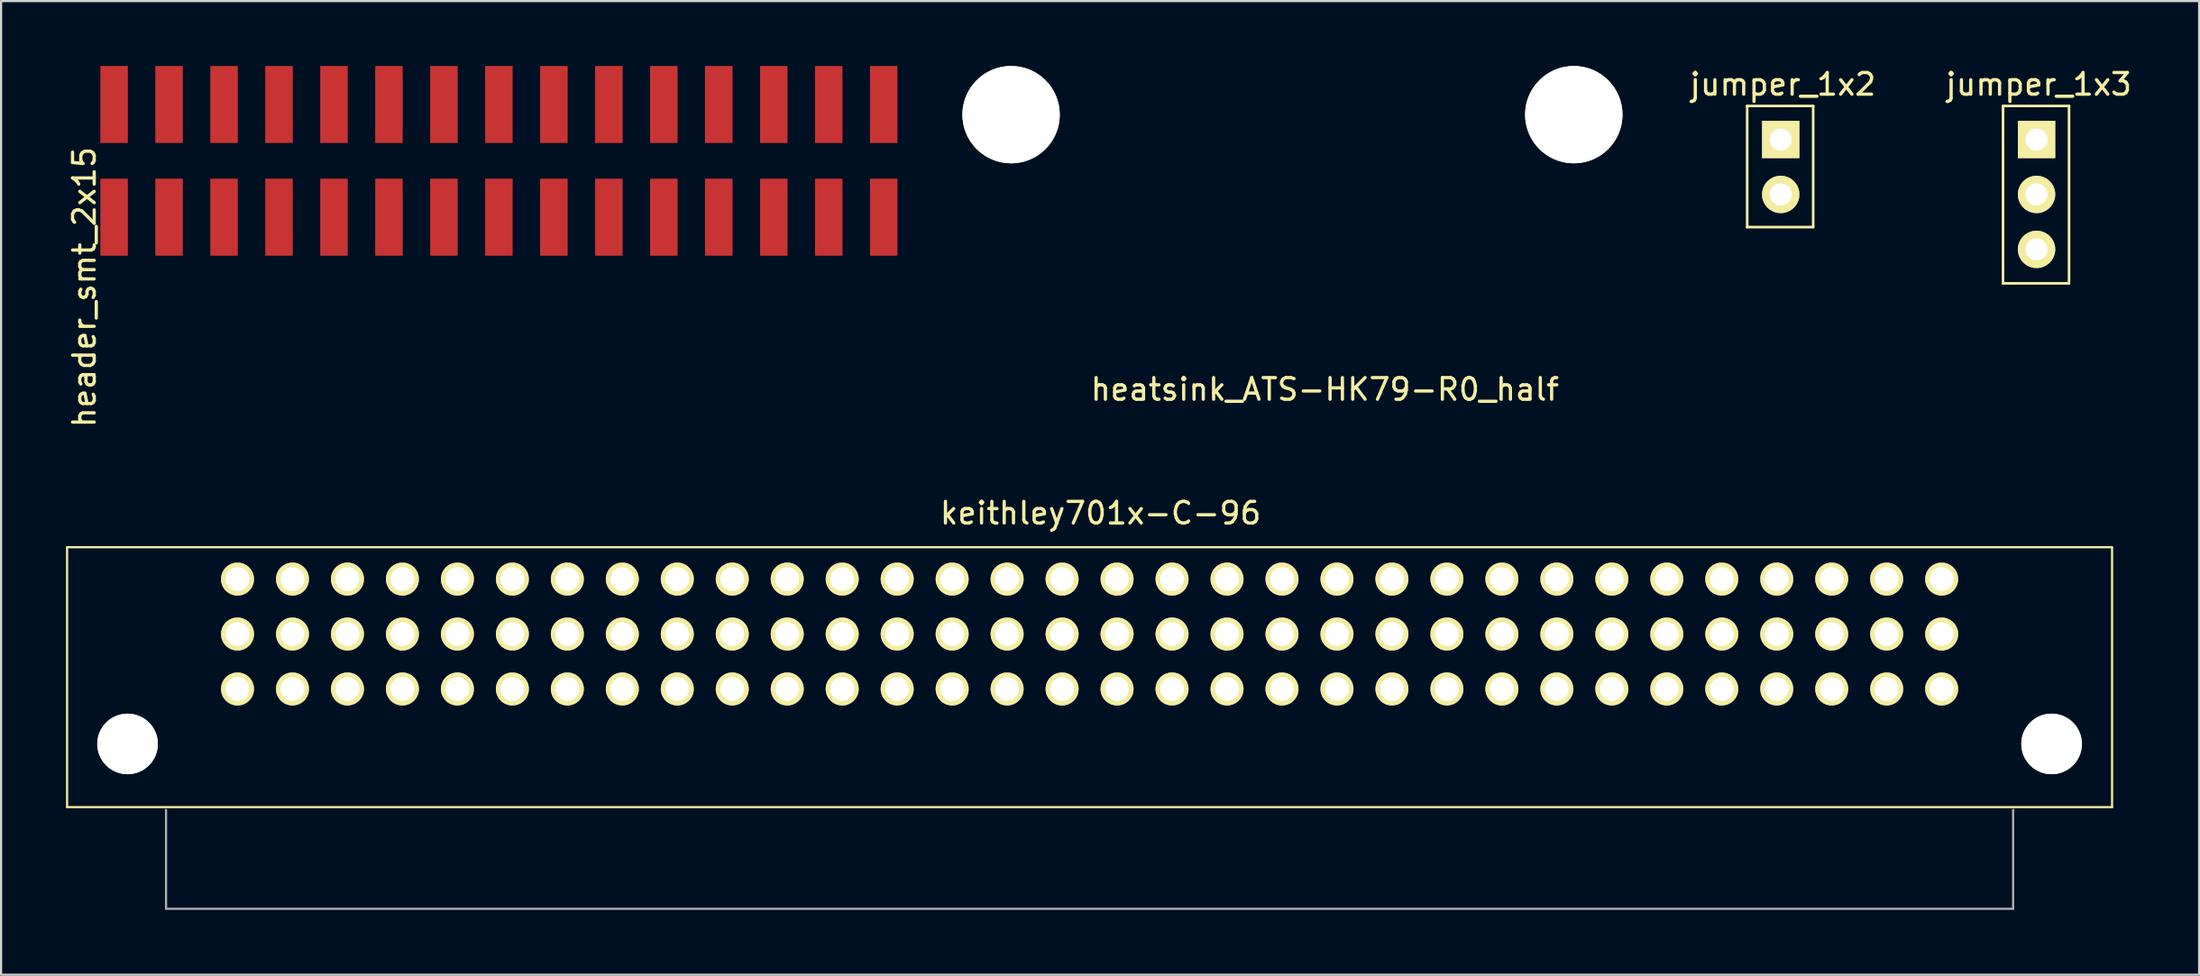
<source format=kicad_pcb>
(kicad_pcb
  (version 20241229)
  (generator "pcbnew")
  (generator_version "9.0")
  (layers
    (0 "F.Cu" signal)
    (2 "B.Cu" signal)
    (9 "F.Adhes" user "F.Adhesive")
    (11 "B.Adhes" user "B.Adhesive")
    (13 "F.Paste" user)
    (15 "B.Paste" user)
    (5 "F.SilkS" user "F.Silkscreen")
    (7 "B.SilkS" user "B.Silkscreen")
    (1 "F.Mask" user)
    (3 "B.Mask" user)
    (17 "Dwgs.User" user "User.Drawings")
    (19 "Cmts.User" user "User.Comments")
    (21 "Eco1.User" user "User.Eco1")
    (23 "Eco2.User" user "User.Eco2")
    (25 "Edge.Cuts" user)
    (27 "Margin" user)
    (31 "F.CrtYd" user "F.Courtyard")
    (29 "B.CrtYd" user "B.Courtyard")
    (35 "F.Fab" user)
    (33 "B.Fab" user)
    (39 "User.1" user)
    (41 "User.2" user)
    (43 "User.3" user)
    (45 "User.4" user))
  (footprint "jumper_1x2"
    (layer "F.Cu")
    (at 79.228 3.398)
    (property "Reference" "jumper_1x2" (at 0.1 -2.55 0) (layer "F.SilkS") (effects (font (size 1 1) (thickness 0.15))))
    (attr through_hole)
    (fp_line (start -1.55 -1.55) (end 1.5 -1.55) (stroke (width 0.12) (type solid)) (layer "F.SilkS"))
    (fp_line (start -1.55 4.05) (end -1.55 -1.55) (stroke (width 0.12) (type solid)) (layer "F.SilkS"))
    (fp_line (start -1.55 4.05) (end 1.5 4.05) (stroke (width 0.12) (type solid)) (layer "F.SilkS"))
    (fp_line (start 1.5 -1.55) (end 1.5 4.05) (stroke (width 0.12) (type solid)) (layer "F.SilkS"))
    (pad "1" thru_hole rect (at 0 0) (size 1.727 1.727) (drill 1.016) (layers "*.Cu" "*.Mask" "F.SilkS"))
    (pad "2" thru_hole oval (at 0 2.54) (size 1.727 1.727) (drill 1.016) (layers "*.Cu" "*.Mask" "F.SilkS")))
  (footprint "keithley701x-C-96"
    (layer "F.Cu")
    (at 47.294 26.26)
    (property "Reference" "keithley701x-C-96" (at 0.508 -5.588 0) (layer "F.SilkS") (effects (font (size 1 1) (thickness 0.15))))
    (attr through_hole)
    (fp_line (start -47.244 8) (end -47.244 -4) (stroke (width 0.1) (type solid)) (layer "F.SilkS"))
    (fp_line (start -47.244 8) (end 47.244 8) (stroke (width 0.1) (type solid)) (layer "F.SilkS"))
    (fp_line (start 47.244 -4.013) (end -47.244 -4.013) (stroke (width 0.1) (type solid)) (layer "F.SilkS"))
    (fp_line (start 47.244 8) (end 47.244 -4) (stroke (width 0.1) (type solid)) (layer "F.SilkS"))
    (fp_line (start -42.672 12.7) (end -42.672 8.128) (stroke (width 0.1) (type solid)) (layer "F.Fab"))
    (fp_line (start 42.672 8.128) (end 42.672 12.7) (stroke (width 0.1) (type solid)) (layer "F.Fab"))
    (fp_line (start 42.672 12.7) (end -42.672 12.7) (stroke (width 0.1) (type solid)) (layer "F.Fab"))
    (pad "" np_thru_hole circle (at -44.45 5.08) (size 2.8 2.8) (drill 2.8) (layers "*.Cu" "*.Mask" "F.SilkS"))
    (pad "" np_thru_hole circle (at 44.45 5.08) (size 2.8 2.8) (drill 2.8) (layers "*.Cu" "*.Mask" "F.SilkS"))
    (pad "A1" thru_hole circle (at -39.37 2.54) (size 1.524 1.524) (drill 1.1) (layers "*.Cu" "*.Mask" "F.SilkS"))
    (pad "A2" thru_hole circle (at -36.83 2.54) (size 1.524 1.524) (drill 1.1) (layers "*.Cu" "*.Mask" "F.SilkS"))
    (pad "A3" thru_hole circle (at -34.29 2.54) (size 1.524 1.524) (drill 1.1) (layers "*.Cu" "*.Mask" "F.SilkS"))
    (pad "A4" thru_hole circle (at -31.75 2.54) (size 1.524 1.524) (drill 1.1) (layers "*.Cu" "*.Mask" "F.SilkS"))
    (pad "A5" thru_hole circle (at -29.21 2.54) (size 1.524 1.524) (drill 1.1) (layers "*.Cu" "*.Mask" "F.SilkS"))
    (pad "A6" thru_hole circle (at -26.67 2.54) (size 1.524 1.524) (drill 1.1) (layers "*.Cu" "*.Mask" "F.SilkS"))
    (pad "A7" thru_hole circle (at -24.13 2.54) (size 1.524 1.524) (drill 1.1) (layers "*.Cu" "*.Mask" "F.SilkS"))
    (pad "A8" thru_hole circle (at -21.59 2.54) (size 1.524 1.524) (drill 1.1) (layers "*.Cu" "*.Mask" "F.SilkS"))
    (pad "A9" thru_hole circle (at -19.05 2.54) (size 1.524 1.524) (drill 1.1) (layers "*.Cu" "*.Mask" "F.SilkS"))
    (pad "A10" thru_hole circle (at -16.51 2.54) (size 1.524 1.524) (drill 1.1) (layers "*.Cu" "*.Mask" "F.SilkS"))
    (pad "A11" thru_hole circle (at -13.97 2.54) (size 1.524 1.524) (drill 1.1) (layers "*.Cu" "*.Mask" "F.SilkS"))
    (pad "A12" thru_hole circle (at -11.43 2.54) (size 1.524 1.524) (drill 1.1) (layers "*.Cu" "*.Mask" "F.SilkS"))
    (pad "A13" thru_hole circle (at -8.89 2.54) (size 1.524 1.524) (drill 1.1) (layers "*.Cu" "*.Mask" "F.SilkS"))
    (pad "A14" thru_hole circle (at -6.35 2.54) (size 1.524 1.524) (drill 1.1) (layers "*.Cu" "*.Mask" "F.SilkS"))
    (pad "A15" thru_hole circle (at -3.81 2.54) (size 1.524 1.524) (drill 1.1) (layers "*.Cu" "*.Mask" "F.SilkS"))
    (pad "A16" thru_hole circle (at -1.27 2.54) (size 1.524 1.524) (drill 1.1) (layers "*.Cu" "*.Mask" "F.SilkS"))
    (pad "A17" thru_hole circle (at 1.27 2.54) (size 1.524 1.524) (drill 1.1) (layers "*.Cu" "*.Mask" "F.SilkS"))
    (pad "A18" thru_hole circle (at 3.81 2.54) (size 1.524 1.524) (drill 1.1) (layers "*.Cu" "*.Mask" "F.SilkS"))
    (pad "A19" thru_hole circle (at 6.35 2.54) (size 1.524 1.524) (drill 1.1) (layers "*.Cu" "*.Mask" "F.SilkS"))
    (pad "A20" thru_hole circle (at 8.89 2.54) (size 1.524 1.524) (drill 1.1) (layers "*.Cu" "*.Mask" "F.SilkS"))
    (pad "A21" thru_hole circle (at 11.43 2.54) (size 1.524 1.524) (drill 1.1) (layers "*.Cu" "*.Mask" "F.SilkS"))
    (pad "A22" thru_hole circle (at 13.97 2.54) (size 1.524 1.524) (drill 1.1) (layers "*.Cu" "*.Mask" "F.SilkS"))
    (pad "A23" thru_hole circle (at 16.51 2.54) (size 1.524 1.524) (drill 1.1) (layers "*.Cu" "*.Mask" "F.SilkS"))
    (pad "A24" thru_hole circle (at 19.05 2.54) (size 1.524 1.524) (drill 1.1) (layers "*.Cu" "*.Mask" "F.SilkS"))
    (pad "A25" thru_hole circle (at 21.59 2.54) (size 1.524 1.524) (drill 1.1) (layers "*.Cu" "*.Mask" "F.SilkS"))
    (pad "A26" thru_hole circle (at 24.13 2.54) (size 1.524 1.524) (drill 1.1) (layers "*.Cu" "*.Mask" "F.SilkS"))
    (pad "A27" thru_hole circle (at 26.67 2.54) (size 1.524 1.524) (drill 1.1) (layers "*.Cu" "*.Mask" "F.SilkS"))
    (pad "A28" thru_hole circle (at 29.21 2.54) (size 1.524 1.524) (drill 1.1) (layers "*.Cu" "*.Mask" "F.SilkS"))
    (pad "A29" thru_hole circle (at 31.75 2.54) (size 1.524 1.524) (drill 1.1) (layers "*.Cu" "*.Mask" "F.SilkS"))
    (pad "A30" thru_hole circle (at 34.29 2.54) (size 1.524 1.524) (drill 1.1) (layers "*.Cu" "*.Mask" "F.SilkS"))
    (pad "A31" thru_hole circle (at 36.83 2.54) (size 1.524 1.524) (drill 1.1) (layers "*.Cu" "*.Mask" "F.SilkS"))
    (pad "A32" thru_hole circle (at 39.37 2.54) (size 1.524 1.524) (drill 1.1) (layers "*.Cu" "*.Mask" "F.SilkS"))
    (pad "B1" thru_hole circle (at -39.37 0) (size 1.524 1.524) (drill 1.1) (layers "*.Cu" "*.Mask" "F.SilkS"))
    (pad "B2" thru_hole circle (at -36.83 0) (size 1.524 1.524) (drill 1.1) (layers "*.Cu" "*.Mask" "F.SilkS"))
    (pad "B3" thru_hole circle (at -34.29 0) (size 1.524 1.524) (drill 1.1) (layers "*.Cu" "*.Mask" "F.SilkS"))
    (pad "B4" thru_hole circle (at -31.75 0) (size 1.524 1.524) (drill 1.1) (layers "*.Cu" "*.Mask" "F.SilkS"))
    (pad "B5" thru_hole circle (at -29.21 0) (size 1.524 1.524) (drill 1.1) (layers "*.Cu" "*.Mask" "F.SilkS"))
    (pad "B6" thru_hole circle (at -26.67 0) (size 1.524 1.524) (drill 1.1) (layers "*.Cu" "*.Mask" "F.SilkS"))
    (pad "B7" thru_hole circle (at -24.13 0) (size 1.524 1.524) (drill 1.1) (layers "*.Cu" "*.Mask" "F.SilkS"))
    (pad "B8" thru_hole circle (at -21.59 0) (size 1.524 1.524) (drill 1.1) (layers "*.Cu" "*.Mask" "F.SilkS"))
    (pad "B9" thru_hole circle (at -19.05 0) (size 1.524 1.524) (drill 1.1) (layers "*.Cu" "*.Mask" "F.SilkS"))
    (pad "B10" thru_hole circle (at -16.51 0) (size 1.524 1.524) (drill 1.1) (layers "*.Cu" "*.Mask" "F.SilkS"))
    (pad "B11" thru_hole circle (at -13.97 0) (size 1.524 1.524) (drill 1.1) (layers "*.Cu" "*.Mask" "F.SilkS"))
    (pad "B12" thru_hole circle (at -11.43 0) (size 1.524 1.524) (drill 1.1) (layers "*.Cu" "*.Mask" "F.SilkS"))
    (pad "B13" thru_hole circle (at -8.89 0) (size 1.524 1.524) (drill 1.1) (layers "*.Cu" "*.Mask" "F.SilkS"))
    (pad "B14" thru_hole circle (at -6.35 0) (size 1.524 1.524) (drill 1.1) (layers "*.Cu" "*.Mask" "F.SilkS"))
    (pad "B15" thru_hole circle (at -3.81 0) (size 1.524 1.524) (drill 1.1) (layers "*.Cu" "*.Mask" "F.SilkS"))
    (pad "B16" thru_hole circle (at -1.27 0) (size 1.524 1.524) (drill 1.1) (layers "*.Cu" "*.Mask" "F.SilkS"))
    (pad "B17" thru_hole circle (at 1.27 0) (size 1.524 1.524) (drill 1.1) (layers "*.Cu" "*.Mask" "F.SilkS"))
    (pad "B18" thru_hole circle (at 3.81 0) (size 1.524 1.524) (drill 1.1) (layers "*.Cu" "*.Mask" "F.SilkS"))
    (pad "B19" thru_hole circle (at 6.35 0) (size 1.524 1.524) (drill 1.1) (layers "*.Cu" "*.Mask" "F.SilkS"))
    (pad "B20" thru_hole circle (at 8.89 0) (size 1.524 1.524) (drill 1.1) (layers "*.Cu" "*.Mask" "F.SilkS"))
    (pad "B21" thru_hole circle (at 11.43 0) (size 1.524 1.524) (drill 1.1) (layers "*.Cu" "*.Mask" "F.SilkS"))
    (pad "B22" thru_hole circle (at 13.97 0) (size 1.524 1.524) (drill 1.1) (layers "*.Cu" "*.Mask" "F.SilkS"))
    (pad "B23" thru_hole circle (at 16.51 0) (size 1.524 1.524) (drill 1.1) (layers "*.Cu" "*.Mask" "F.SilkS"))
    (pad "B24" thru_hole circle (at 19.05 0) (size 1.524 1.524) (drill 1.1) (layers "*.Cu" "*.Mask" "F.SilkS"))
    (pad "B25" thru_hole circle (at 21.59 0) (size 1.524 1.524) (drill 1.1) (layers "*.Cu" "*.Mask" "F.SilkS"))
    (pad "B26" thru_hole circle (at 24.13 0) (size 1.524 1.524) (drill 1.1) (layers "*.Cu" "*.Mask" "F.SilkS"))
    (pad "B27" thru_hole circle (at 26.67 0) (size 1.524 1.524) (drill 1.1) (layers "*.Cu" "*.Mask" "F.SilkS"))
    (pad "B28" thru_hole circle (at 29.21 0) (size 1.524 1.524) (drill 1.1) (layers "*.Cu" "*.Mask" "F.SilkS"))
    (pad "B29" thru_hole circle (at 31.75 0) (size 1.524 1.524) (drill 1.1) (layers "*.Cu" "*.Mask" "F.SilkS"))
    (pad "B30" thru_hole circle (at 34.29 0) (size 1.524 1.524) (drill 1.1) (layers "*.Cu" "*.Mask" "F.SilkS"))
    (pad "B31" thru_hole circle (at 36.83 0) (size 1.524 1.524) (drill 1.1) (layers "*.Cu" "*.Mask" "F.SilkS"))
    (pad "B32" thru_hole circle (at 39.37 0) (size 1.524 1.524) (drill 1.1) (layers "*.Cu" "*.Mask" "F.SilkS"))
    (pad "C1" thru_hole circle (at -39.37 -2.54) (size 1.524 1.524) (drill 1.1) (layers "*.Cu" "*.Mask" "F.SilkS"))
    (pad "C2" thru_hole circle (at -36.83 -2.54) (size 1.524 1.524) (drill 1.1) (layers "*.Cu" "*.Mask" "F.SilkS"))
    (pad "C3" thru_hole circle (at -34.29 -2.54) (size 1.524 1.524) (drill 1.1) (layers "*.Cu" "*.Mask" "F.SilkS"))
    (pad "C4" thru_hole circle (at -31.75 -2.54) (size 1.524 1.524) (drill 1.1) (layers "*.Cu" "*.Mask" "F.SilkS"))
    (pad "C5" thru_hole circle (at -29.21 -2.54) (size 1.524 1.524) (drill 1.1) (layers "*.Cu" "*.Mask" "F.SilkS"))
    (pad "C6" thru_hole circle (at -26.67 -2.54) (size 1.524 1.524) (drill 1.1) (layers "*.Cu" "*.Mask" "F.SilkS"))
    (pad "C7" thru_hole circle (at -24.13 -2.54) (size 1.524 1.524) (drill 1.1) (layers "*.Cu" "*.Mask" "F.SilkS"))
    (pad "C8" thru_hole circle (at -21.59 -2.54) (size 1.524 1.524) (drill 1.1) (layers "*.Cu" "*.Mask" "F.SilkS"))
    (pad "C9" thru_hole circle (at -19.05 -2.54) (size 1.524 1.524) (drill 1.1) (layers "*.Cu" "*.Mask" "F.SilkS"))
    (pad "C10" thru_hole circle (at -16.51 -2.54) (size 1.524 1.524) (drill 1.1) (layers "*.Cu" "*.Mask" "F.SilkS"))
    (pad "C11" thru_hole circle (at -13.97 -2.54) (size 1.524 1.524) (drill 1.1) (layers "*.Cu" "*.Mask" "F.SilkS"))
    (pad "C12" thru_hole circle (at -11.43 -2.54) (size 1.524 1.524) (drill 1.1) (layers "*.Cu" "*.Mask" "F.SilkS"))
    (pad "C13" thru_hole circle (at -8.89 -2.54) (size 1.524 1.524) (drill 1.1) (layers "*.Cu" "*.Mask" "F.SilkS"))
    (pad "C14" thru_hole circle (at -6.35 -2.54) (size 1.524 1.524) (drill 1.1) (layers "*.Cu" "*.Mask" "F.SilkS"))
    (pad "C15" thru_hole circle (at -3.81 -2.54) (size 1.524 1.524) (drill 1.1) (layers "*.Cu" "*.Mask" "F.SilkS"))
    (pad "C16" thru_hole circle (at -1.27 -2.54) (size 1.524 1.524) (drill 1.1) (layers "*.Cu" "*.Mask" "F.SilkS"))
    (pad "C17" thru_hole circle (at 1.27 -2.54) (size 1.524 1.524) (drill 1.1) (layers "*.Cu" "*.Mask" "F.SilkS"))
    (pad "C18" thru_hole circle (at 3.81 -2.54) (size 1.524 1.524) (drill 1.1) (layers "*.Cu" "*.Mask" "F.SilkS"))
    (pad "C19" thru_hole circle (at 6.35 -2.54) (size 1.524 1.524) (drill 1.1) (layers "*.Cu" "*.Mask" "F.SilkS"))
    (pad "C20" thru_hole circle (at 8.89 -2.54) (size 1.524 1.524) (drill 1.1) (layers "*.Cu" "*.Mask" "F.SilkS"))
    (pad "C21" thru_hole circle (at 11.43 -2.54) (size 1.524 1.524) (drill 1.1) (layers "*.Cu" "*.Mask" "F.SilkS"))
    (pad "C22" thru_hole circle (at 13.97 -2.54) (size 1.524 1.524) (drill 1.1) (layers "*.Cu" "*.Mask" "F.SilkS"))
    (pad "C23" thru_hole circle (at 16.51 -2.54) (size 1.524 1.524) (drill 1.1) (layers "*.Cu" "*.Mask" "F.SilkS"))
    (pad "C24" thru_hole circle (at 19.05 -2.54) (size 1.524 1.524) (drill 1.1) (layers "*.Cu" "*.Mask" "F.SilkS"))
    (pad "C25" thru_hole circle (at 21.59 -2.54) (size 1.524 1.524) (drill 1.1) (layers "*.Cu" "*.Mask" "F.SilkS"))
    (pad "C26" thru_hole circle (at 24.13 -2.54) (size 1.524 1.524) (drill 1.1) (layers "*.Cu" "*.Mask" "F.SilkS"))
    (pad "C27" thru_hole circle (at 26.67 -2.54) (size 1.524 1.524) (drill 1.1) (layers "*.Cu" "*.Mask" "F.SilkS"))
    (pad "C28" thru_hole circle (at 29.21 -2.54) (size 1.524 1.524) (drill 1.1) (layers "*.Cu" "*.Mask" "F.SilkS"))
    (pad "C29" thru_hole circle (at 31.75 -2.54) (size 1.524 1.524) (drill 1.1) (layers "*.Cu" "*.Mask" "F.SilkS"))
    (pad "C30" thru_hole circle (at 34.29 -2.54) (size 1.524 1.524) (drill 1.1) (layers "*.Cu" "*.Mask" "F.SilkS"))
    (pad "C31" thru_hole circle (at 36.83 -2.54) (size 1.524 1.524) (drill 1.1) (layers "*.Cu" "*.Mask" "F.SilkS"))
    (pad "C32" thru_hole circle (at 39.37 -2.54) (size 1.524 1.524) (drill 1.1) (layers "*.Cu" "*.Mask" "F.SilkS")))
  (footprint "heatsink_ATS-HK79-R0_half"
    (layer "F.Cu")
    (at 56.667 2.25)
    (property "Reference" "heatsink_ATS-HK79-R0_half" (at 1.5 12.7 0) (layer "F.SilkS") (effects (font (size 1 1) (thickness 0.15))))
    (attr through_hole)
    (pad "" np_thru_hole circle (at -13 0) (size 4.5 4.5) (drill 4.5) (layers "*.Cu" "*.Mask" "F.SilkS"))
    (pad "" np_thru_hole circle (at 13 0) (size 4.5 4.5) (drill 4.5) (layers "*.Cu" "*.Mask" "F.SilkS")))
  (footprint "jumper_1x3"
    (layer "F.Cu")
    (at 91.049 3.398)
    (property "Reference" "jumper_1x3" (at 0.1 -2.55 0) (layer "F.SilkS") (effects (font (size 1 1) (thickness 0.15))))
    (attr through_hole)
    (fp_line (start -1.55 -1.55) (end 1.5 -1.55) (stroke (width 0.12) (type solid)) (layer "F.SilkS"))
    (fp_line (start -1.55 6.65) (end -1.55 -1.55) (stroke (width 0.12) (type solid)) (layer "F.SilkS"))
    (fp_line (start -1.55 6.65) (end 1.5 6.65) (stroke (width 0.12) (type solid)) (layer "F.SilkS"))
    (fp_line (start 1.5 6.65) (end 1.5 -1.55) (stroke (width 0.12) (type solid)) (layer "F.SilkS"))
    (pad "1" thru_hole rect (at 0 0) (size 1.727 1.727) (drill 1.016) (layers "*.Cu" "*.Mask" "F.SilkS"))
    (pad "2" thru_hole oval (at 0 2.54) (size 1.727 1.727) (drill 1.016) (layers "*.Cu" "*.Mask" "F.SilkS"))
    (pad "3" thru_hole oval (at 0 5.08) (size 1.727 1.727) (drill 1.016) (layers "*.Cu" "*.Mask" "F.SilkS")))
  (footprint "header_smt_2x15"
    (layer "F.Cu")
    (at 20.002 4.385)
    (property "Reference" "header_smt_2x15" (at -19.154 5.838 90) (layer "F.SilkS") (effects (font (size 1 1) (thickness 0.15))))
    (attr through_hole)
    (pad "1" smd rect (at -17.78 2.605) (size 1.27 3.56) (layers "F.Cu" "F.Mask" "F.Paste"))
    (pad "2" smd rect (at -17.78 -2.605) (size 1.27 3.56) (layers "F.Cu" "F.Mask" "F.Paste"))
    (pad "3" smd rect (at -15.24 2.605) (size 1.27 3.56) (layers "F.Cu" "F.Mask" "F.Paste"))
    (pad "4" smd rect (at -15.24 -2.605) (size 1.27 3.56) (layers "F.Cu" "F.Mask" "F.Paste"))
    (pad "5" smd rect (at -12.7 2.605) (size 1.27 3.56) (layers "F.Cu" "F.Mask" "F.Paste"))
    (pad "6" smd rect (at -12.7 -2.605) (size 1.27 3.56) (layers "F.Cu" "F.Mask" "F.Paste"))
    (pad "7" smd rect (at -10.16 2.605) (size 1.27 3.56) (layers "F.Cu" "F.Mask" "F.Paste"))
    (pad "8" smd rect (at -10.16 -2.605) (size 1.27 3.56) (layers "F.Cu" "F.Mask" "F.Paste"))
    (pad "9" smd rect (at -7.62 2.605) (size 1.27 3.56) (layers "F.Cu" "F.Mask" "F.Paste"))
    (pad "10" smd rect (at -7.62 -2.605) (size 1.27 3.56) (layers "F.Cu" "F.Mask" "F.Paste"))
    (pad "11" smd rect (at -5.08 2.605) (size 1.27 3.56) (layers "F.Cu" "F.Mask" "F.Paste"))
    (pad "12" smd rect (at -5.08 -2.605) (size 1.27 3.56) (layers "F.Cu" "F.Mask" "F.Paste"))
    (pad "13" smd rect (at -2.54 2.605) (size 1.27 3.56) (layers "F.Cu" "F.Mask" "F.Paste"))
    (pad "14" smd rect (at -2.54 -2.605) (size 1.27 3.56) (layers "F.Cu" "F.Mask" "F.Paste"))
    (pad "15" smd rect (at 0 2.605) (size 1.27 3.56) (layers "F.Cu" "F.Mask" "F.Paste"))
    (pad "16" smd rect (at 0 -2.605) (size 1.27 3.56) (layers "F.Cu" "F.Mask" "F.Paste"))
    (pad "17" smd rect (at 2.54 2.605) (size 1.27 3.56) (layers "F.Cu" "F.Mask" "F.Paste"))
    (pad "18" smd rect (at 2.54 -2.605) (size 1.27 3.56) (layers "F.Cu" "F.Mask" "F.Paste"))
    (pad "19" smd rect (at 5.08 2.605) (size 1.27 3.56) (layers "F.Cu" "F.Mask" "F.Paste"))
    (pad "20" smd rect (at 5.08 -2.605) (size 1.27 3.56) (layers "F.Cu" "F.Mask" "F.Paste"))
    (pad "21" smd rect (at 7.62 2.605) (size 1.27 3.56) (layers "F.Cu" "F.Mask" "F.Paste"))
    (pad "22" smd rect (at 7.62 -2.605) (size 1.27 3.56) (layers "F.Cu" "F.Mask" "F.Paste"))
    (pad "23" smd rect (at 10.16 2.605) (size 1.27 3.56) (layers "F.Cu" "F.Mask" "F.Paste"))
    (pad "24" smd rect (at 10.16 -2.605) (size 1.27 3.56) (layers "F.Cu" "F.Mask" "F.Paste"))
    (pad "25" smd rect (at 12.7 2.605) (size 1.27 3.56) (layers "F.Cu" "F.Mask" "F.Paste"))
    (pad "26" smd rect (at 12.7 -2.605) (size 1.27 3.56) (layers "F.Cu" "F.Mask" "F.Paste"))
    (pad "27" smd rect (at 15.24 2.605) (size 1.27 3.56) (layers "F.Cu" "F.Mask" "F.Paste"))
    (pad "28" smd rect (at 15.24 -2.605) (size 1.27 3.56) (layers "F.Cu" "F.Mask" "F.Paste"))
    (pad "29" smd rect (at 17.78 2.605) (size 1.27 3.56) (layers "F.Cu" "F.Mask" "F.Paste"))
    (pad "30" smd rect (at 17.78 -2.605) (size 1.27 3.56) (layers "F.Cu" "F.Mask" "F.Paste")))
  (gr_rect
    (start -3 -3)
    (end 98.56 42.01)
    (stroke (width 0.1) (type default))
    (fill no)
    (layer "Edge.Cuts")))
</source>
